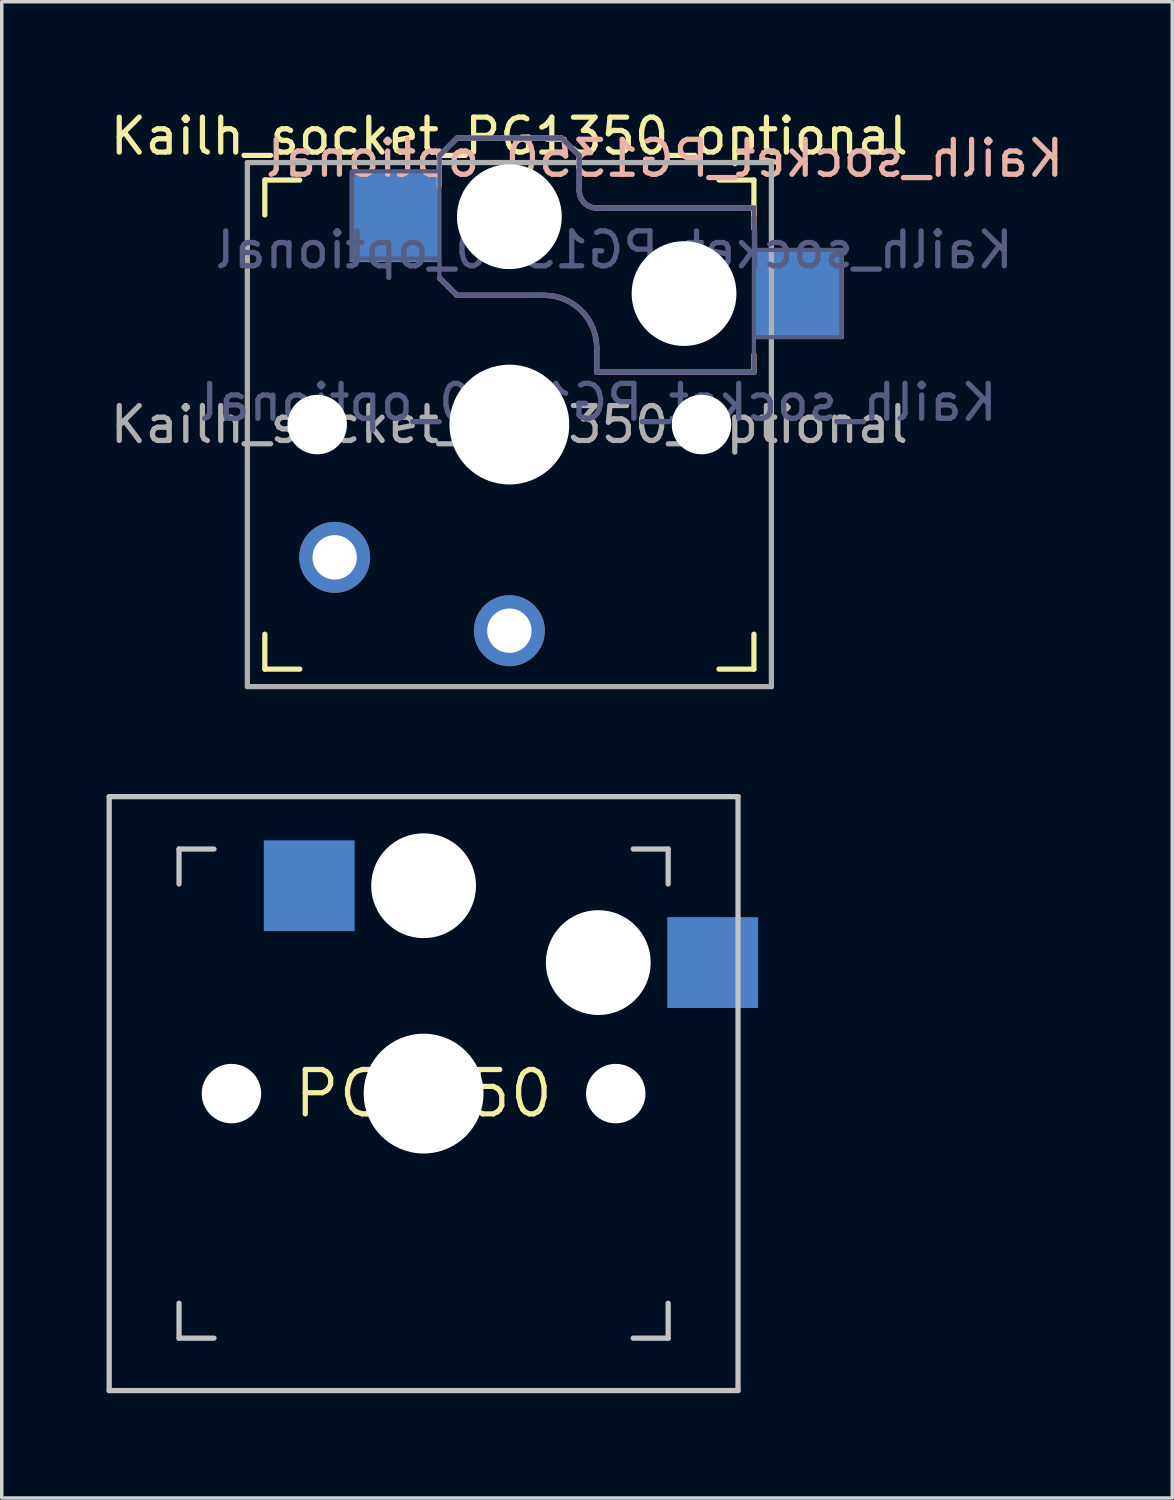
<source format=kicad_pcb>
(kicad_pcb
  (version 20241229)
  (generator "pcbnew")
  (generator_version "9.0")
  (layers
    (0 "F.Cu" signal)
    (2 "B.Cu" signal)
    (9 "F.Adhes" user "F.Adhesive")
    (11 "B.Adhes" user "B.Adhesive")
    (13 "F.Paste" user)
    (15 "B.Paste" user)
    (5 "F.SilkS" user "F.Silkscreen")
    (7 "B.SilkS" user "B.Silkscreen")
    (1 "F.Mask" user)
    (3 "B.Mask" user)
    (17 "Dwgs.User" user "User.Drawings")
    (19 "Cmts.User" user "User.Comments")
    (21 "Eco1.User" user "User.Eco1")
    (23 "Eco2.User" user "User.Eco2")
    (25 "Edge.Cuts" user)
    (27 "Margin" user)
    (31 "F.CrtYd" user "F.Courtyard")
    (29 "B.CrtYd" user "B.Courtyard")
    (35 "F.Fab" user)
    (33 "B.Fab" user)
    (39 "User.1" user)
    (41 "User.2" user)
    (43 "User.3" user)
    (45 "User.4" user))
  (footprint "Kailh_socket_PG1350_optional"
    (layer "F.Cu")
    (at 11.53 9.103)
    (property "Reference" "Kailh_socket_PG1350_optional" (at 0 -8.255 0) (layer "F.SilkS") (effects (font (size 1 1) (thickness 0.15))))
    (property "Value" "Kailh_socket_PG1350_optional" (at 0 8.25 0) (layer "F.Fab") (hide yes) (effects (font (size 1 1) (thickness 0.15))))
    (attr through_hole)
    (fp_line (start -7 -6) (end -7 -7) (stroke (width 0.15) (type solid)) (layer "F.SilkS"))
    (fp_line (start -7 7) (end -7 6) (stroke (width 0.15) (type solid)) (layer "F.SilkS"))
    (fp_line (start -7 7) (end -6 7) (stroke (width 0.15) (type solid)) (layer "F.SilkS"))
    (fp_line (start -6 -7) (end -7 -7) (stroke (width 0.15) (type solid)) (layer "F.SilkS"))
    (fp_line (start 6 7) (end 7 7) (stroke (width 0.15) (type solid)) (layer "F.SilkS"))
    (fp_line (start 7 -7) (end 6 -7) (stroke (width 0.15) (type solid)) (layer "F.SilkS"))
    (fp_line (start 7 -7) (end 7 -6) (stroke (width 0.15) (type solid)) (layer "F.SilkS"))
    (fp_line (start 7 6) (end 7 7) (stroke (width 0.15) (type solid)) (layer "F.SilkS"))
    (fp_line (start -2 -7.7) (end -1.5 -8.2) (stroke (width 0.15) (type solid)) (layer "B.SilkS"))
    (fp_line (start -2 -4.2) (end -1.5 -3.7) (stroke (width 0.15) (type solid)) (layer "B.SilkS"))
    (fp_line (start -1.5 -8.2) (end 1.5 -8.2) (stroke (width 0.15) (type solid)) (layer "B.SilkS"))
    (fp_line (start -1.5 -3.7) (end 1 -3.7) (stroke (width 0.15) (type solid)) (layer "B.SilkS"))
    (fp_line (start 1.5 -8.2) (end 2 -7.7) (stroke (width 0.15) (type solid)) (layer "B.SilkS"))
    (fp_line (start 2 -6.7) (end 2 -7.7) (stroke (width 0.15) (type solid)) (layer "B.SilkS"))
    (fp_line (start 2.5 -2.2) (end 2.5 -1.5) (stroke (width 0.15) (type solid)) (layer "B.SilkS"))
    (fp_line (start 2.5 -1.5) (end 7 -1.5) (stroke (width 0.15) (type solid)) (layer "B.SilkS"))
    (fp_line (start 7 -6.2) (end 2.5 -6.2) (stroke (width 0.15) (type solid)) (layer "B.SilkS"))
    (fp_line (start 7 -5.6) (end 7 -6.2) (stroke (width 0.15) (type solid)) (layer "B.SilkS"))
    (fp_line (start 7 -1.5) (end 7 -2) (stroke (width 0.15) (type solid)) (layer "B.SilkS"))
    (fp_arc (start 1 -3.7) (mid 2.06066 -3.26066) (end 2.5 -2.2) (stroke (width 0.15) (type solid)) (layer "B.SilkS"))
    (fp_arc (start 2.5 -6.2) (mid 2.146447 -6.346447) (end 2 -6.7) (stroke (width 0.15) (type solid)) (layer "B.SilkS"))
    (fp_line (start -6.9 6.9) (end -6.9 -6.9) (stroke (width 0.15) (type solid)) (layer "Eco2.User"))
    (fp_line (start -6.9 6.9) (end 6.9 6.9) (stroke (width 0.15) (type solid)) (layer "Eco2.User"))
    (fp_line (start -2.6 -3.1) (end -2.6 -6.3) (stroke (width 0.15) (type solid)) (layer "Eco2.User"))
    (fp_line (start -2.6 -3.1) (end 2.6 -3.1) (stroke (width 0.15) (type solid)) (layer "Eco2.User"))
    (fp_line (start 2.6 -6.3) (end -2.6 -6.3) (stroke (width 0.15) (type solid)) (layer "Eco2.User"))
    (fp_line (start 2.6 -3.1) (end 2.6 -6.3) (stroke (width 0.15) (type solid)) (layer "Eco2.User"))
    (fp_line (start 6.9 -6.9) (end -6.9 -6.9) (stroke (width 0.15) (type solid)) (layer "Eco2.User"))
    (fp_line (start 6.9 -6.9) (end 6.9 6.9) (stroke (width 0.15) (type solid)) (layer "Eco2.User"))
    (fp_line (start -4.5 -7.25) (end -2 -7.25) (stroke (width 0.12) (type solid)) (layer "B.Fab"))
    (fp_line (start -4.5 -4.75) (end -4.5 -7.25) (stroke (width 0.12) (type solid)) (layer "B.Fab"))
    (fp_line (start -2 -7.7) (end -1.5 -8.2) (stroke (width 0.15) (type solid)) (layer "B.Fab"))
    (fp_line (start -2 -4.75) (end -4.5 -4.75) (stroke (width 0.12) (type solid)) (layer "B.Fab"))
    (fp_line (start -2 -4.25) (end -2 -7.7) (stroke (width 0.12) (type solid)) (layer "B.Fab"))
    (fp_line (start -2 -4.2) (end -1.5 -3.7) (stroke (width 0.15) (type solid)) (layer "B.Fab"))
    (fp_line (start -1.5 -8.2) (end 1.5 -8.2) (stroke (width 0.15) (type solid)) (layer "B.Fab"))
    (fp_line (start -1.5 -3.7) (end 1 -3.7) (stroke (width 0.15) (type solid)) (layer "B.Fab"))
    (fp_line (start 1.5 -8.2) (end 2 -7.7) (stroke (width 0.15) (type solid)) (layer "B.Fab"))
    (fp_line (start 2 -6.7) (end 2 -7.7) (stroke (width 0.15) (type solid)) (layer "B.Fab"))
    (fp_line (start 2.5 -2.2) (end 2.5 -1.5) (stroke (width 0.15) (type solid)) (layer "B.Fab"))
    (fp_line (start 2.5 -1.5) (end 7 -1.5) (stroke (width 0.15) (type solid)) (layer "B.Fab"))
    (fp_line (start 7 -6.2) (end 2.5 -6.2) (stroke (width 0.15) (type solid)) (layer "B.Fab"))
    (fp_line (start 7 -5) (end 9.5 -5) (stroke (width 0.12) (type solid)) (layer "B.Fab"))
    (fp_line (start 7 -1.5) (end 7 -6.2) (stroke (width 0.12) (type solid)) (layer "B.Fab"))
    (fp_line (start 9.5 -5) (end 9.5 -2.5) (stroke (width 0.12) (type solid)) (layer "B.Fab"))
    (fp_line (start 9.5 -2.5) (end 7 -2.5) (stroke (width 0.12) (type solid)) (layer "B.Fab"))
    (fp_arc (start 1 -3.7) (mid 2.06066 -3.26066) (end 2.5 -2.2) (stroke (width 0.15) (type solid)) (layer "B.Fab"))
    (fp_arc (start 2.5 -6.2) (mid 2.146447 -6.346447) (end 2 -6.7) (stroke (width 0.15) (type solid)) (layer "B.Fab"))
    (fp_line (start -7.5 -7.5) (end 7.5 -7.5) (stroke (width 0.15) (type solid)) (layer "F.Fab"))
    (fp_line (start -7.5 7.5) (end -7.5 -7.5) (stroke (width 0.15) (type solid)) (layer "F.Fab"))
    (fp_line (start 7.5 -7.5) (end 7.5 7.5) (stroke (width 0.15) (type solid)) (layer "F.Fab"))
    (fp_line (start 7.5 7.5) (end -7.5 7.5) (stroke (width 0.15) (type solid)) (layer "F.Fab"))
    (fp_text user "${REFERENCE}" (at 4.445 -7.62 0) (layer "B.SilkS") (effects (font (size 1 1) (thickness 0.15)) (justify mirror)))
    (fp_text user "${VALUE}" (at 2.54 -0.635 0) (layer "B.Fab") (effects (font (size 1 1) (thickness 0.15)) (justify mirror)))
    (fp_text user "${REFERENCE}" (at 3 -5 180) (layer "B.Fab") (effects (font (size 1 1) (thickness 0.15)) (justify mirror)))
    (fp_text user "${REFERENCE}" (at 0 0 0) (layer "F.Fab") (effects (font (size 1 1) (thickness 0.15))))
    (pad "" np_thru_hole circle (at -5.5 0) (size 1.702 1.702) (drill 1.702) (layers "*.Cu" "*.Mask"))
    (pad "" np_thru_hole circle (at 0 -5.95) (size 3 3) (drill 3) (layers "*.Cu" "*.Mask"))
    (pad "" np_thru_hole circle (at 0 0) (size 3.429 3.429) (drill 3.429) (layers "*.Cu" "*.Mask"))
    (pad "" np_thru_hole circle (at 5 -3.75) (size 3 3) (drill 3) (layers "*.Cu" "*.Mask"))
    (pad "" np_thru_hole circle (at 5.5 0) (size 1.702 1.702) (drill 1.702) (layers "*.Cu" "*.Mask"))
    (pad "1" smd rect (at -3.275 -5.95) (size 2.6 2.6) (layers "B.Cu" "B.Mask" "B.Paste"))
    (pad "1" thru_hole circle (at 0 5.9) (size 2.032 2.032) (drill 1.27) (layers "*.Cu" "*.Mask"))
    (pad "2" thru_hole circle (at -5 3.8) (size 2.032 2.032) (drill 1.27) (layers "*.Cu" "*.Mask"))
    (pad "2" smd rect (at 8.275 -3.75) (size 2.6 2.6) (layers "B.Cu" "B.Mask" "B.Paste")))
  (footprint "PG1350"
    (layer "F.Cu")
    (at 9.075 28.253)
    (property "Reference" "PG1350" (at 0 0 0) (layer "F.SilkS") (effects (font (size 1.27 1.27) (thickness 0.15))))
    (attr through_hole)
    (fp_line (start -9 -8.5) (end 9 -8.5) (stroke (width 0.15) (type solid)) (layer "Dwgs.User"))
    (fp_line (start -9 8.5) (end -9 -8.5) (stroke (width 0.15) (type solid)) (layer "Dwgs.User"))
    (fp_line (start -7 -6) (end -7 -7) (stroke (width 0.15) (type solid)) (layer "Dwgs.User"))
    (fp_line (start -7 7) (end -7 6) (stroke (width 0.15) (type solid)) (layer "Dwgs.User"))
    (fp_line (start -7 7) (end -6 7) (stroke (width 0.15) (type solid)) (layer "Dwgs.User"))
    (fp_line (start -6 -7) (end -7 -7) (stroke (width 0.15) (type solid)) (layer "Dwgs.User"))
    (fp_line (start 6 7) (end 7 7) (stroke (width 0.15) (type solid)) (layer "Dwgs.User"))
    (fp_line (start 7 -7) (end 6 -7) (stroke (width 0.15) (type solid)) (layer "Dwgs.User"))
    (fp_line (start 7 -7) (end 7 -6) (stroke (width 0.15) (type solid)) (layer "Dwgs.User"))
    (fp_line (start 7 6) (end 7 7) (stroke (width 0.15) (type solid)) (layer "Dwgs.User"))
    (fp_line (start 9 -8.5) (end 9 8.5) (stroke (width 0.15) (type solid)) (layer "Dwgs.User"))
    (fp_line (start 9 8.5) (end -9 8.5) (stroke (width 0.15) (type solid)) (layer "Dwgs.User"))
    (pad "" np_thru_hole circle (at -5.5 0) (size 1.702 1.702) (drill 1.702) (layers "*.Cu" "*.Mask"))
    (pad "" np_thru_hole circle (at 0 -5.95) (size 3 3) (drill 3) (layers "*.Cu" "*.Mask"))
    (pad "" np_thru_hole circle (at 0 0) (size 3.429 3.429) (drill 3.429) (layers "*.Cu" "*.Mask"))
    (pad "" np_thru_hole circle (at 5 -3.75) (size 3 3) (drill 3) (layers "*.Cu" "*.Mask"))
    (pad "" np_thru_hole circle (at 5.5 0) (size 1.702 1.702) (drill 1.702) (layers "*.Cu" "*.Mask"))
    (pad "1" smd rect (at -3.275 -5.95) (size 2.6 2.6) (layers "B.Cu" "B.Mask" "B.Paste"))
    (pad "2" smd rect (at 8.275 -3.75) (size 2.6 2.6) (layers "B.Cu" "B.Mask" "B.Paste")))
  (gr_rect
    (start -3 -3)
    (end 30.505 39.828)
    (stroke (width 0.1) (type default))
    (fill no)
    (layer "Edge.Cuts")))
</source>
